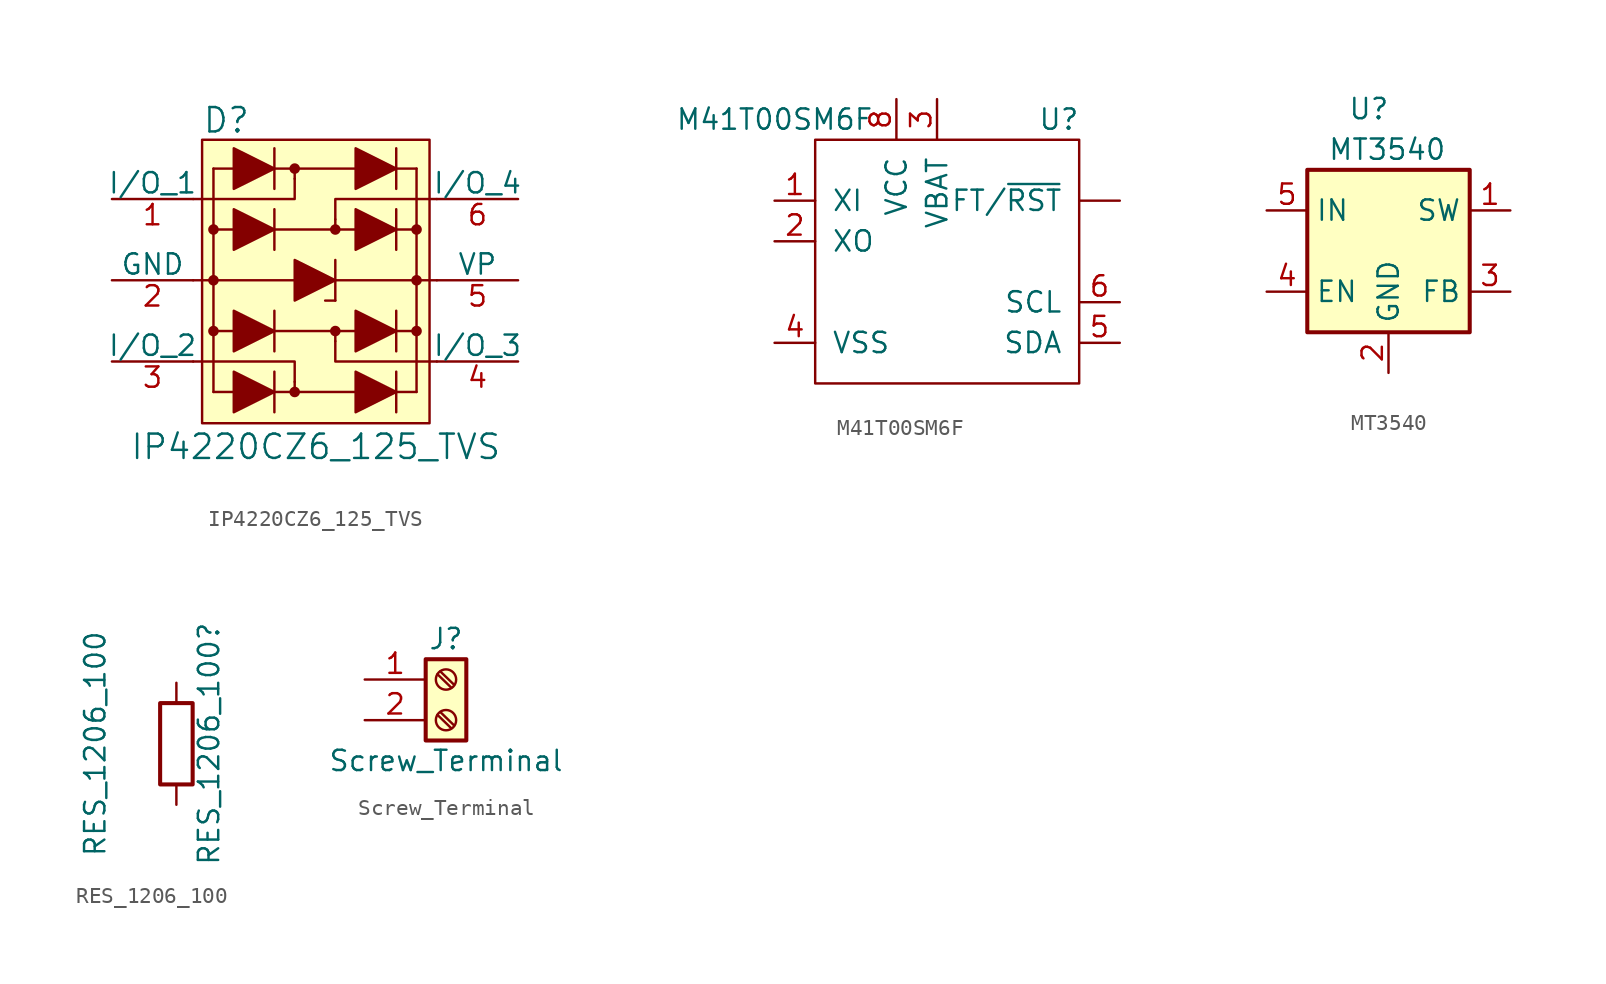
<source format=kicad_sym>
(kicad_symbol_lib
  (version 20220914)
  (generator kicad_symbol_editor)
  (symbol "IP4220CZ6_125_TVS"
    (pin_names
      (offset 0))
    (property "Reference" "D"
      (at -7.061 7.468 0)
      (effects (font (size 1.524 1.524)) (justify left)))
    (property "Value" "IP4220CZ6_125_TVS"
      (at 0.051 -12.954 0)
      (effects (font (size 1.524 1.524))))
    (symbol "IP4220CZ6_125_TVS_0_1"
      (rectangle (start -7.061 6.248) (end 7.163 -11.481) (stroke (width 0) (type solid)) (fill (type background)))
      (circle (center -6.35 -5.715) (radius 0.254) (stroke (width 0) (type solid)) (fill (type outline)))
      (circle (center -6.35 -2.54) (radius 0.254) (stroke (width 0) (type solid)) (fill (type outline)))
      (circle (center -6.35 0.635) (radius 0.254) (stroke (width 0) (type solid)) (fill (type outline)))
      (circle (center -1.27 -9.525) (radius 0.254) (stroke (width 0) (type solid)) (fill (type outline)))
      (circle (center -1.27 4.445) (radius 0.254) (stroke (width 0) (type solid)) (fill (type outline)))
      (polyline (pts (xy -6.35 -9.525) (xy -6.35 4.445)) (stroke (width 0) (type solid)) (fill (type none)))
      (polyline (pts (xy -6.35 -9.525) (xy 6.35 -9.525)) (stroke (width 0) (type solid)) (fill (type none)))
      (polyline (pts (xy -6.35 0.635) (xy 6.35 0.635)) (stroke (width 0) (type solid)) (fill (type none)))
      (polyline (pts (xy -6.35 4.445) (xy 6.35 4.445)) (stroke (width 0) (type solid)) (fill (type none)))
      (polyline (pts (xy -2.54 -8.255) (xy -2.54 -10.795)) (stroke (width 0) (type solid)) (fill (type none)))
      (polyline (pts (xy -2.54 -4.445) (xy -2.54 -6.985)) (stroke (width 0) (type solid)) (fill (type none)))
      (polyline (pts (xy -2.54 1.905) (xy -2.54 -0.635)) (stroke (width 0) (type solid)) (fill (type none)))
      (polyline (pts (xy -2.54 5.715) (xy -2.54 3.175)) (stroke (width 0) (type solid)) (fill (type none)))
      (polyline (pts (xy -1.27 -8.89) (xy -1.27 -9.525)) (stroke (width 0) (type solid)) (fill (type none)))
      (polyline (pts (xy -1.27 -2.54) (xy -7.62 -2.54)) (stroke (width 0) (type solid)) (fill (type none)))
      (polyline (pts (xy -1.27 -2.54) (xy 1.27 -2.54)) (stroke (width 0) (type solid)) (fill (type none)))
      (polyline (pts (xy -1.27 3.81) (xy -1.27 4.445)) (stroke (width 0) (type solid)) (fill (type none)))
      (polyline (pts (xy 1.27 -5.715) (xy 1.27 -6.35)) (stroke (width 0) (type solid)) (fill (type none)))
      (polyline (pts (xy 1.27 -3.81) (xy 0.635 -3.81)) (stroke (width 0) (type solid)) (fill (type none)))
      (polyline (pts (xy 1.27 -2.54) (xy 7.62 -2.54)) (stroke (width 0) (type solid)) (fill (type none)))
      (polyline (pts (xy 1.27 -1.27) (xy 1.27 -3.81)) (stroke (width 0) (type solid)) (fill (type none)))
      (polyline (pts (xy 1.27 0.635) (xy 1.27 1.27)) (stroke (width 0) (type solid)) (fill (type none)))
      (polyline (pts (xy 5.08 -8.255) (xy 5.08 -10.795)) (stroke (width 0) (type solid)) (fill (type none)))
      (polyline (pts (xy 5.08 -4.445) (xy 5.08 -6.985)) (stroke (width 0) (type solid)) (fill (type none)))
      (polyline (pts (xy 5.08 1.905) (xy 5.08 -0.635)) (stroke (width 0) (type solid)) (fill (type none)))
      (polyline (pts (xy 5.08 5.715) (xy 5.08 3.175)) (stroke (width 0) (type solid)) (fill (type none)))
      (polyline (pts (xy 6.35 -5.715) (xy -6.35 -5.715)) (stroke (width 0) (type solid)) (fill (type none)))
      (polyline (pts (xy 6.35 4.445) (xy 6.35 -9.525)) (stroke (width 0) (type solid)) (fill (type none)))
      (polyline (pts (xy -1.27 -8.89) (xy -1.27 -7.62) (xy -7.62 -7.62)) (stroke (width 0) (type solid)) (fill (type none)))
      (polyline (pts (xy -1.27 3.81) (xy -1.27 2.54) (xy -7.62 2.54)) (stroke (width 0) (type solid)) (fill (type none)))
      (polyline (pts (xy 1.27 1.27) (xy 1.27 2.54) (xy 7.62 2.54)) (stroke (width 0) (type solid)) (fill (type none)))
      (polyline (pts (xy 7.62 -7.62) (xy 1.27 -7.62) (xy 1.27 -6.35)) (stroke (width 0) (type solid)) (fill (type none)))
      (polyline (pts (xy -5.08 -8.255) (xy -5.08 -10.795) (xy -2.54 -9.525) (xy -5.08 -8.255)) (stroke (width 0) (type solid)) (fill (type outline)))
      (polyline (pts (xy -5.08 -4.445) (xy -5.08 -6.985) (xy -2.54 -5.715) (xy -5.08 -4.445)) (stroke (width 0) (type solid)) (fill (type outline)))
      (polyline (pts (xy -5.08 1.905) (xy -5.08 -0.635) (xy -2.54 0.635) (xy -5.08 1.905)) (stroke (width 0) (type solid)) (fill (type outline)))
      (polyline (pts (xy -5.08 5.715) (xy -5.08 3.175) (xy -2.54 4.445) (xy -5.08 5.715)) (stroke (width 0) (type solid)) (fill (type outline)))
      (polyline (pts (xy -1.27 -1.27) (xy -1.27 -3.81) (xy 1.27 -2.54) (xy -1.27 -1.27)) (stroke (width 0) (type solid)) (fill (type outline)))
      (polyline (pts (xy 2.54 -8.255) (xy 2.54 -10.795) (xy 5.08 -9.525) (xy 2.54 -8.255)) (stroke (width 0) (type solid)) (fill (type outline)))
      (polyline (pts (xy 2.54 1.905) (xy 2.54 -0.635) (xy 5.08 0.635) (xy 2.54 1.905)) (stroke (width 0) (type solid)) (fill (type outline)))
      (polyline (pts (xy 5.08 -5.715) (xy 2.54 -4.445) (xy 2.54 -6.985) (xy 5.08 -5.715)) (stroke (width 0) (type solid)) (fill (type outline)))
      (polyline (pts (xy 5.08 4.445) (xy 2.54 5.715) (xy 2.54 3.175) (xy 5.08 4.445)) (stroke (width 0) (type solid)) (fill (type outline)))
      (circle (center 1.27 -5.715) (radius 0.254) (stroke (width 0) (type solid)) (fill (type outline)))
      (circle (center 1.27 0.635) (radius 0.254) (stroke (width 0) (type solid)) (fill (type outline)))
      (circle (center 6.35 -5.715) (radius 0.254) (stroke (width 0) (type solid)) (fill (type outline)))
      (circle (center 6.35 -2.54) (radius 0.254) (stroke (width 0) (type solid)) (fill (type outline)))
      (circle (center 6.35 0.635) (radius 0.254) (stroke (width 0) (type solid)) (fill (type outline))))
    (symbol "IP4220CZ6_125_TVS_1_1"
      (pin passive line (at -12.7 2.54 0) (length 5.08) (name "I/O_1" (effects (font (size 1.27 1.27)))) (number "1" (effects (font (size 1.27 1.27)))))
      (pin power_in line (at -12.7 -2.54 0) (length 5.08) (name "GND" (effects (font (size 1.27 1.27)))) (number "2" (effects (font (size 1.27 1.27)))))
      (pin passive line (at -12.7 -7.62 0) (length 5.08) (name "I/O_2" (effects (font (size 1.27 1.27)))) (number "3" (effects (font (size 1.27 1.27)))))
      (pin passive line (at 12.7 -7.62 180) (length 5.08) (name "I/O_3" (effects (font (size 1.27 1.27)))) (number "4" (effects (font (size 1.27 1.27)))))
      (pin power_in line (at 12.7 -2.54 180) (length 5.08) (name "VP" (effects (font (size 1.27 1.27)))) (number "5" (effects (font (size 1.27 1.27)))))
      (pin passive line (at 12.7 2.54 180) (length 5.08) (name "I/O_4" (effects (font (size 1.27 1.27)))) (number "6" (effects (font (size 1.27 1.27)))))))
  (symbol "M41T00SM6F"
    (pin_names
      (offset 1.016))
    (property "Reference" "U"
      (at 15.24 16.51 0)
      (effects (font (size 1.27 1.27))))
    (property "Value" "M41T00SM6F"
      (at -2.54 16.51 0)
      (effects (font (size 1.27 1.27))))
    (symbol "M41T00SM6F_0_1"
      (rectangle (start 0 15.24) (end 16.51 0) (stroke (width 0) (type solid)) (fill (type none))))
    (symbol "M41T00SM6F_1_1"
      (pin input line (at -2.54 11.43 0) (length 2.54) (name "XI" (effects (font (size 1.27 1.27)))) (number "1" (effects (font (size 1.27 1.27)))))
      (pin input line (at -2.54 8.89 0) (length 2.54) (name "XO" (effects (font (size 1.27 1.27)))) (number "2" (effects (font (size 1.27 1.27)))))
      (pin passive line (at 7.62 17.78 270) (length 2.54) (name "VBAT" (effects (font (size 1.27 1.27)))) (number "3" (effects (font (size 1.27 1.27)))))
      (pin passive line (at -2.54 2.54 0) (length 2.54) (name "VSS" (effects (font (size 1.27 1.27)))) (number "4" (effects (font (size 1.27 1.27)))))
      (pin bidirectional line (at 19.05 2.54 180) (length 2.54) (name "SDA" (effects (font (size 1.27 1.27)))) (number "5" (effects (font (size 1.27 1.27)))))
      (pin bidirectional line (at 19.05 5.08 180) (length 2.54) (name "SCL" (effects (font (size 1.27 1.27)))) (number "6" (effects (font (size 1.27 1.27)))))
      (pin passive line (at 5.08 17.78 270) (length 2.54) (name "VCC" (effects (font (size 1.27 1.27)))) (number "8" (effects (font (size 1.27 1.27)))))
      (pin output line (at 19.05 11.43 180) (length 2.54) (name "FT/~{RST}" (effects (font (size 1.27 1.27)))) (number "~" (effects (font (size 1.27 1.27)))))))
  (symbol "MT3540"
    (property "Reference" "U"
      (at -2.54 8.89 0)
      (effects (font (size 1.27 1.27)) (justify left)))
    (property "Value" "MT3540"
      (at -3.81 6.35 0)
      (effects (font (size 1.27 1.27)) (justify left)))
    (symbol "MT3540_0_1"
      (rectangle (start -5.08 5.08) (end 5.08 -5.08) (stroke (width 0.254) (type solid)) (fill (type background))))
    (symbol "MT3540_1_1"
      (pin passive line (at 7.62 2.54 180) (length 2.54) (name "SW" (effects (font (size 1.27 1.27)))) (number "1" (effects (font (size 1.27 1.27)))))
      (pin power_in line (at 0 -7.62 90) (length 2.54) (name "GND" (effects (font (size 1.27 1.27)))) (number "2" (effects (font (size 1.27 1.27)))))
      (pin input line (at 7.62 -2.54 180) (length 2.54) (name "FB" (effects (font (size 1.27 1.27)))) (number "3" (effects (font (size 1.27 1.27)))))
      (pin input line (at -7.62 -2.54 0) (length 2.54) (name "EN" (effects (font (size 1.27 1.27)))) (number "4" (effects (font (size 1.27 1.27)))))
      (pin power_in line (at -7.62 2.54 0) (length 2.54) (name "IN" (effects (font (size 1.27 1.27)))) (number "5" (effects (font (size 1.27 1.27)))))))
  (symbol "RES_1206_100"
    (pin_numbers hide)
    (pin_names
      (offset 0))
    (property "Reference" "RES_1206_100"
      (at 2.032 0 90)
      (effects (font (size 1.27 1.27))))
    (property "Value" "RES_1206_100"
      (at -5.08 0 90)
      (effects (font (size 1.27 1.27))))
    (symbol "RES_1206_100_0_1"
      (rectangle (start -1.016 -2.54) (end 1.016 2.54) (stroke (width 0.254) (type solid)) (fill (type none))))
    (symbol "RES_1206_100_1_1"
      (pin passive line (at 0 3.81 270) (length 1.27) (name "~" (effects (font (size 1.27 1.27)))) (number "1" (effects (font (size 1.27 1.27)))))
      (pin passive line (at 0 -3.81 90) (length 1.27) (name "~" (effects (font (size 1.27 1.27)))) (number "2" (effects (font (size 1.27 1.27)))))))
  (symbol "Screw_Terminal"
    (pin_names
      (offset 1.016) hide)
    (property "Reference" "J"
      (at 0 2.54 0)
      (effects (font (size 1.27 1.27))))
    (property "Value" "Screw_Terminal"
      (at 0 -5.08 0)
      (effects (font (size 1.27 1.27))))
    (symbol "Screw_Terminal_1_1"
      (rectangle (start -1.27 1.27) (end 1.27 -3.81) (stroke (width 0.254) (type solid)) (fill (type background)))
      (circle (center 0 -2.54) (radius 0.635) (stroke (width 0.152) (type solid)) (fill (type none)))
      (polyline (pts (xy -0.533 -2.21) (xy 0.33 -3.048)) (stroke (width 0.152) (type solid)) (fill (type none)))
      (polyline (pts (xy -0.533 0.33) (xy 0.33 -0.508)) (stroke (width 0.152) (type solid)) (fill (type none)))
      (polyline (pts (xy -0.356 -2.032) (xy 0.508 -2.87)) (stroke (width 0.152) (type solid)) (fill (type none)))
      (polyline (pts (xy -0.356 0.508) (xy 0.508 -0.33)) (stroke (width 0.152) (type solid)) (fill (type none)))
      (circle (center 0 0) (radius 0.635) (stroke (width 0.152) (type solid)) (fill (type none)))
      (pin passive line (at -5.08 0 0) (length 3.81) (name "Pin_1" (effects (font (size 1.27 1.27)))) (number "1" (effects (font (size 1.27 1.27)))))
      (pin passive line (at -5.08 -2.54 0) (length 3.81) (name "Pin_2" (effects (font (size 1.27 1.27)))) (number "2" (effects (font (size 1.27 1.27))))))))
</source>
